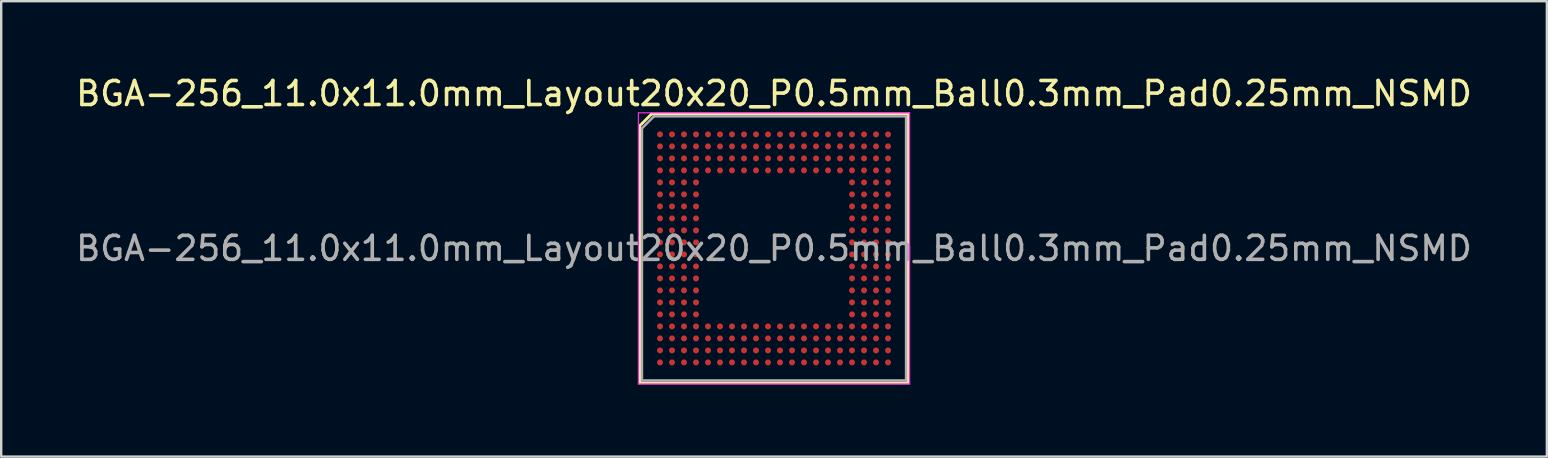
<source format=kicad_pcb>
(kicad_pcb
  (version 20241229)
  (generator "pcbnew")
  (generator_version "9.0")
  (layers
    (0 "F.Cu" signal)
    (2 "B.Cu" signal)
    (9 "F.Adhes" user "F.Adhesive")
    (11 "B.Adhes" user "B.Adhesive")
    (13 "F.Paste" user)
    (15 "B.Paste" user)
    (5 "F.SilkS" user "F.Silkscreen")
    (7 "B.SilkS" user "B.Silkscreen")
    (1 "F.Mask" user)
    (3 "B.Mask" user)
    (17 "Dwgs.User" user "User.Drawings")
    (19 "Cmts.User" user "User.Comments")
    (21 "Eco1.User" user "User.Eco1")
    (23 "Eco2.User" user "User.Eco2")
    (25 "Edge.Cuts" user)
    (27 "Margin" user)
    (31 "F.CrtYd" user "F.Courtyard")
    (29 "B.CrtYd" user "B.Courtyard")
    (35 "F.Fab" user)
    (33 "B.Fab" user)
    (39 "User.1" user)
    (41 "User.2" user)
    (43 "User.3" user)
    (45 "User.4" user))
  (footprint "BGA-256_11.0x11.0mm_Layout20x20_P0.5mm_Ball0.3mm_Pad0.25mm_NSMD"
    (layer "F.Cu")
    (at 29.196 7.298)
    (property "Reference" "BGA-256_11.0x11.0mm_Layout20x20_P0.5mm_Ball0.3mm_Pad0.25mm_NSMD" (at 0 -6.45 0) (layer "F.SilkS") (effects (font (size 1 1) (thickness 0.15))))
    (attr smd)
    (fp_line (start -5.6 -5.1) (end -5.6 5.6) (stroke (width 0.12) (type solid)) (layer "F.SilkS"))
    (fp_line (start -5.6 5.6) (end 5.6 5.6) (stroke (width 0.12) (type solid)) (layer "F.SilkS"))
    (fp_line (start -5.1 -5.6) (end -5.6 -5.1) (stroke (width 0.12) (type solid)) (layer "F.SilkS"))
    (fp_line (start 5.6 -5.6) (end -5.1 -5.6) (stroke (width 0.12) (type solid)) (layer "F.SilkS"))
    (fp_line (start 5.6 5.6) (end 5.6 -5.6) (stroke (width 0.12) (type solid)) (layer "F.SilkS"))
    (fp_line (start -5.65 -5.65) (end 5.65 -5.65) (stroke (width 0.05) (type solid)) (layer "F.CrtYd"))
    (fp_line (start -5.65 5.65) (end -5.65 -5.65) (stroke (width 0.05) (type solid)) (layer "F.CrtYd"))
    (fp_line (start 5.65 -5.65) (end 5.65 5.65) (stroke (width 0.05) (type solid)) (layer "F.CrtYd"))
    (fp_line (start 5.65 5.65) (end -5.65 5.65) (stroke (width 0.05) (type solid)) (layer "F.CrtYd"))
    (fp_line (start -5.5 -5) (end -5.5 5.5) (stroke (width 0.1) (type solid)) (layer "F.Fab"))
    (fp_line (start -5.5 5.5) (end 5.5 5.5) (stroke (width 0.1) (type solid)) (layer "F.Fab"))
    (fp_line (start -5 -5.5) (end -5.5 -5) (stroke (width 0.1) (type solid)) (layer "F.Fab"))
    (fp_line (start 5.5 -5.5) (end -5 -5.5) (stroke (width 0.1) (type solid)) (layer "F.Fab"))
    (fp_line (start 5.5 5.5) (end 5.5 -5.5) (stroke (width 0.1) (type solid)) (layer "F.Fab"))
    (fp_text user "${REFERENCE}" (at 0 0 0) (layer "F.Fab") (effects (font (size 1 1) (thickness 0.15))))
    (pad "A1" smd circle (at -4.75 -4.75) (size 0.25 0.25) (layers "F.Cu" "F.Mask" "F.Paste"))
    (pad "A2" smd circle (at -4.25 -4.75) (size 0.25 0.25) (layers "F.Cu" "F.Mask" "F.Paste"))
    (pad "A3" smd circle (at -3.75 -4.75) (size 0.25 0.25) (layers "F.Cu" "F.Mask" "F.Paste"))
    (pad "A4" smd circle (at -3.25 -4.75) (size 0.25 0.25) (layers "F.Cu" "F.Mask" "F.Paste"))
    (pad "A5" smd circle (at -2.75 -4.75) (size 0.25 0.25) (layers "F.Cu" "F.Mask" "F.Paste"))
    (pad "A6" smd circle (at -2.25 -4.75) (size 0.25 0.25) (layers "F.Cu" "F.Mask" "F.Paste"))
    (pad "A7" smd circle (at -1.75 -4.75) (size 0.25 0.25) (layers "F.Cu" "F.Mask" "F.Paste"))
    (pad "A8" smd circle (at -1.25 -4.75) (size 0.25 0.25) (layers "F.Cu" "F.Mask" "F.Paste"))
    (pad "A9" smd circle (at -0.75 -4.75) (size 0.25 0.25) (layers "F.Cu" "F.Mask" "F.Paste"))
    (pad "A10" smd circle (at -0.25 -4.75) (size 0.25 0.25) (layers "F.Cu" "F.Mask" "F.Paste"))
    (pad "A11" smd circle (at 0.25 -4.75) (size 0.25 0.25) (layers "F.Cu" "F.Mask" "F.Paste"))
    (pad "A12" smd circle (at 0.75 -4.75) (size 0.25 0.25) (layers "F.Cu" "F.Mask" "F.Paste"))
    (pad "A13" smd circle (at 1.25 -4.75) (size 0.25 0.25) (layers "F.Cu" "F.Mask" "F.Paste"))
    (pad "A14" smd circle (at 1.75 -4.75) (size 0.25 0.25) (layers "F.Cu" "F.Mask" "F.Paste"))
    (pad "A15" smd circle (at 2.25 -4.75) (size 0.25 0.25) (layers "F.Cu" "F.Mask" "F.Paste"))
    (pad "A16" smd circle (at 2.75 -4.75) (size 0.25 0.25) (layers "F.Cu" "F.Mask" "F.Paste"))
    (pad "A17" smd circle (at 3.25 -4.75) (size 0.25 0.25) (layers "F.Cu" "F.Mask" "F.Paste"))
    (pad "A18" smd circle (at 3.75 -4.75) (size 0.25 0.25) (layers "F.Cu" "F.Mask" "F.Paste"))
    (pad "A19" smd circle (at 4.25 -4.75) (size 0.25 0.25) (layers "F.Cu" "F.Mask" "F.Paste"))
    (pad "A20" smd circle (at 4.75 -4.75) (size 0.25 0.25) (layers "F.Cu" "F.Mask" "F.Paste"))
    (pad "B1" smd circle (at -4.75 -4.25) (size 0.25 0.25) (layers "F.Cu" "F.Mask" "F.Paste"))
    (pad "B2" smd circle (at -4.25 -4.25) (size 0.25 0.25) (layers "F.Cu" "F.Mask" "F.Paste"))
    (pad "B3" smd circle (at -3.75 -4.25) (size 0.25 0.25) (layers "F.Cu" "F.Mask" "F.Paste"))
    (pad "B4" smd circle (at -3.25 -4.25) (size 0.25 0.25) (layers "F.Cu" "F.Mask" "F.Paste"))
    (pad "B5" smd circle (at -2.75 -4.25) (size 0.25 0.25) (layers "F.Cu" "F.Mask" "F.Paste"))
    (pad "B6" smd circle (at -2.25 -4.25) (size 0.25 0.25) (layers "F.Cu" "F.Mask" "F.Paste"))
    (pad "B7" smd circle (at -1.75 -4.25) (size 0.25 0.25) (layers "F.Cu" "F.Mask" "F.Paste"))
    (pad "B8" smd circle (at -1.25 -4.25) (size 0.25 0.25) (layers "F.Cu" "F.Mask" "F.Paste"))
    (pad "B9" smd circle (at -0.75 -4.25) (size 0.25 0.25) (layers "F.Cu" "F.Mask" "F.Paste"))
    (pad "B10" smd circle (at -0.25 -4.25) (size 0.25 0.25) (layers "F.Cu" "F.Mask" "F.Paste"))
    (pad "B11" smd circle (at 0.25 -4.25) (size 0.25 0.25) (layers "F.Cu" "F.Mask" "F.Paste"))
    (pad "B12" smd circle (at 0.75 -4.25) (size 0.25 0.25) (layers "F.Cu" "F.Mask" "F.Paste"))
    (pad "B13" smd circle (at 1.25 -4.25) (size 0.25 0.25) (layers "F.Cu" "F.Mask" "F.Paste"))
    (pad "B14" smd circle (at 1.75 -4.25) (size 0.25 0.25) (layers "F.Cu" "F.Mask" "F.Paste"))
    (pad "B15" smd circle (at 2.25 -4.25) (size 0.25 0.25) (layers "F.Cu" "F.Mask" "F.Paste"))
    (pad "B16" smd circle (at 2.75 -4.25) (size 0.25 0.25) (layers "F.Cu" "F.Mask" "F.Paste"))
    (pad "B17" smd circle (at 3.25 -4.25) (size 0.25 0.25) (layers "F.Cu" "F.Mask" "F.Paste"))
    (pad "B18" smd circle (at 3.75 -4.25) (size 0.25 0.25) (layers "F.Cu" "F.Mask" "F.Paste"))
    (pad "B19" smd circle (at 4.25 -4.25) (size 0.25 0.25) (layers "F.Cu" "F.Mask" "F.Paste"))
    (pad "B20" smd circle (at 4.75 -4.25) (size 0.25 0.25) (layers "F.Cu" "F.Mask" "F.Paste"))
    (pad "C1" smd circle (at -4.75 -3.75) (size 0.25 0.25) (layers "F.Cu" "F.Mask" "F.Paste"))
    (pad "C2" smd circle (at -4.25 -3.75) (size 0.25 0.25) (layers "F.Cu" "F.Mask" "F.Paste"))
    (pad "C3" smd circle (at -3.75 -3.75) (size 0.25 0.25) (layers "F.Cu" "F.Mask" "F.Paste"))
    (pad "C4" smd circle (at -3.25 -3.75) (size 0.25 0.25) (layers "F.Cu" "F.Mask" "F.Paste"))
    (pad "C5" smd circle (at -2.75 -3.75) (size 0.25 0.25) (layers "F.Cu" "F.Mask" "F.Paste"))
    (pad "C6" smd circle (at -2.25 -3.75) (size 0.25 0.25) (layers "F.Cu" "F.Mask" "F.Paste"))
    (pad "C7" smd circle (at -1.75 -3.75) (size 0.25 0.25) (layers "F.Cu" "F.Mask" "F.Paste"))
    (pad "C8" smd circle (at -1.25 -3.75) (size 0.25 0.25) (layers "F.Cu" "F.Mask" "F.Paste"))
    (pad "C9" smd circle (at -0.75 -3.75) (size 0.25 0.25) (layers "F.Cu" "F.Mask" "F.Paste"))
    (pad "C10" smd circle (at -0.25 -3.75) (size 0.25 0.25) (layers "F.Cu" "F.Mask" "F.Paste"))
    (pad "C11" smd circle (at 0.25 -3.75) (size 0.25 0.25) (layers "F.Cu" "F.Mask" "F.Paste"))
    (pad "C12" smd circle (at 0.75 -3.75) (size 0.25 0.25) (layers "F.Cu" "F.Mask" "F.Paste"))
    (pad "C13" smd circle (at 1.25 -3.75) (size 0.25 0.25) (layers "F.Cu" "F.Mask" "F.Paste"))
    (pad "C14" smd circle (at 1.75 -3.75) (size 0.25 0.25) (layers "F.Cu" "F.Mask" "F.Paste"))
    (pad "C15" smd circle (at 2.25 -3.75) (size 0.25 0.25) (layers "F.Cu" "F.Mask" "F.Paste"))
    (pad "C16" smd circle (at 2.75 -3.75) (size 0.25 0.25) (layers "F.Cu" "F.Mask" "F.Paste"))
    (pad "C17" smd circle (at 3.25 -3.75) (size 0.25 0.25) (layers "F.Cu" "F.Mask" "F.Paste"))
    (pad "C18" smd circle (at 3.75 -3.75) (size 0.25 0.25) (layers "F.Cu" "F.Mask" "F.Paste"))
    (pad "C19" smd circle (at 4.25 -3.75) (size 0.25 0.25) (layers "F.Cu" "F.Mask" "F.Paste"))
    (pad "C20" smd circle (at 4.75 -3.75) (size 0.25 0.25) (layers "F.Cu" "F.Mask" "F.Paste"))
    (pad "D1" smd circle (at -4.75 -3.25) (size 0.25 0.25) (layers "F.Cu" "F.Mask" "F.Paste"))
    (pad "D2" smd circle (at -4.25 -3.25) (size 0.25 0.25) (layers "F.Cu" "F.Mask" "F.Paste"))
    (pad "D3" smd circle (at -3.75 -3.25) (size 0.25 0.25) (layers "F.Cu" "F.Mask" "F.Paste"))
    (pad "D4" smd circle (at -3.25 -3.25) (size 0.25 0.25) (layers "F.Cu" "F.Mask" "F.Paste"))
    (pad "D5" smd circle (at -2.75 -3.25) (size 0.25 0.25) (layers "F.Cu" "F.Mask" "F.Paste"))
    (pad "D6" smd circle (at -2.25 -3.25) (size 0.25 0.25) (layers "F.Cu" "F.Mask" "F.Paste"))
    (pad "D7" smd circle (at -1.75 -3.25) (size 0.25 0.25) (layers "F.Cu" "F.Mask" "F.Paste"))
    (pad "D8" smd circle (at -1.25 -3.25) (size 0.25 0.25) (layers "F.Cu" "F.Mask" "F.Paste"))
    (pad "D9" smd circle (at -0.75 -3.25) (size 0.25 0.25) (layers "F.Cu" "F.Mask" "F.Paste"))
    (pad "D10" smd circle (at -0.25 -3.25) (size 0.25 0.25) (layers "F.Cu" "F.Mask" "F.Paste"))
    (pad "D11" smd circle (at 0.25 -3.25) (size 0.25 0.25) (layers "F.Cu" "F.Mask" "F.Paste"))
    (pad "D12" smd circle (at 0.75 -3.25) (size 0.25 0.25) (layers "F.Cu" "F.Mask" "F.Paste"))
    (pad "D13" smd circle (at 1.25 -3.25) (size 0.25 0.25) (layers "F.Cu" "F.Mask" "F.Paste"))
    (pad "D14" smd circle (at 1.75 -3.25) (size 0.25 0.25) (layers "F.Cu" "F.Mask" "F.Paste"))
    (pad "D15" smd circle (at 2.25 -3.25) (size 0.25 0.25) (layers "F.Cu" "F.Mask" "F.Paste"))
    (pad "D16" smd circle (at 2.75 -3.25) (size 0.25 0.25) (layers "F.Cu" "F.Mask" "F.Paste"))
    (pad "D17" smd circle (at 3.25 -3.25) (size 0.25 0.25) (layers "F.Cu" "F.Mask" "F.Paste"))
    (pad "D18" smd circle (at 3.75 -3.25) (size 0.25 0.25) (layers "F.Cu" "F.Mask" "F.Paste"))
    (pad "D19" smd circle (at 4.25 -3.25) (size 0.25 0.25) (layers "F.Cu" "F.Mask" "F.Paste"))
    (pad "D20" smd circle (at 4.75 -3.25) (size 0.25 0.25) (layers "F.Cu" "F.Mask" "F.Paste"))
    (pad "E1" smd circle (at -4.75 -2.75) (size 0.25 0.25) (layers "F.Cu" "F.Mask" "F.Paste"))
    (pad "E2" smd circle (at -4.25 -2.75) (size 0.25 0.25) (layers "F.Cu" "F.Mask" "F.Paste"))
    (pad "E3" smd circle (at -3.75 -2.75) (size 0.25 0.25) (layers "F.Cu" "F.Mask" "F.Paste"))
    (pad "E4" smd circle (at -3.25 -2.75) (size 0.25 0.25) (layers "F.Cu" "F.Mask" "F.Paste"))
    (pad "E17" smd circle (at 3.25 -2.75) (size 0.25 0.25) (layers "F.Cu" "F.Mask" "F.Paste"))
    (pad "E18" smd circle (at 3.75 -2.75) (size 0.25 0.25) (layers "F.Cu" "F.Mask" "F.Paste"))
    (pad "E19" smd circle (at 4.25 -2.75) (size 0.25 0.25) (layers "F.Cu" "F.Mask" "F.Paste"))
    (pad "E20" smd circle (at 4.75 -2.75) (size 0.25 0.25) (layers "F.Cu" "F.Mask" "F.Paste"))
    (pad "F1" smd circle (at -4.75 -2.25) (size 0.25 0.25) (layers "F.Cu" "F.Mask" "F.Paste"))
    (pad "F2" smd circle (at -4.25 -2.25) (size 0.25 0.25) (layers "F.Cu" "F.Mask" "F.Paste"))
    (pad "F3" smd circle (at -3.75 -2.25) (size 0.25 0.25) (layers "F.Cu" "F.Mask" "F.Paste"))
    (pad "F4" smd circle (at -3.25 -2.25) (size 0.25 0.25) (layers "F.Cu" "F.Mask" "F.Paste"))
    (pad "F17" smd circle (at 3.25 -2.25) (size 0.25 0.25) (layers "F.Cu" "F.Mask" "F.Paste"))
    (pad "F18" smd circle (at 3.75 -2.25) (size 0.25 0.25) (layers "F.Cu" "F.Mask" "F.Paste"))
    (pad "F19" smd circle (at 4.25 -2.25) (size 0.25 0.25) (layers "F.Cu" "F.Mask" "F.Paste"))
    (pad "F20" smd circle (at 4.75 -2.25) (size 0.25 0.25) (layers "F.Cu" "F.Mask" "F.Paste"))
    (pad "G1" smd circle (at -4.75 -1.75) (size 0.25 0.25) (layers "F.Cu" "F.Mask" "F.Paste"))
    (pad "G2" smd circle (at -4.25 -1.75) (size 0.25 0.25) (layers "F.Cu" "F.Mask" "F.Paste"))
    (pad "G3" smd circle (at -3.75 -1.75) (size 0.25 0.25) (layers "F.Cu" "F.Mask" "F.Paste"))
    (pad "G4" smd circle (at -3.25 -1.75) (size 0.25 0.25) (layers "F.Cu" "F.Mask" "F.Paste"))
    (pad "G17" smd circle (at 3.25 -1.75) (size 0.25 0.25) (layers "F.Cu" "F.Mask" "F.Paste"))
    (pad "G18" smd circle (at 3.75 -1.75) (size 0.25 0.25) (layers "F.Cu" "F.Mask" "F.Paste"))
    (pad "G19" smd circle (at 4.25 -1.75) (size 0.25 0.25) (layers "F.Cu" "F.Mask" "F.Paste"))
    (pad "G20" smd circle (at 4.75 -1.75) (size 0.25 0.25) (layers "F.Cu" "F.Mask" "F.Paste"))
    (pad "H1" smd circle (at -4.75 -1.25) (size 0.25 0.25) (layers "F.Cu" "F.Mask" "F.Paste"))
    (pad "H2" smd circle (at -4.25 -1.25) (size 0.25 0.25) (layers "F.Cu" "F.Mask" "F.Paste"))
    (pad "H3" smd circle (at -3.75 -1.25) (size 0.25 0.25) (layers "F.Cu" "F.Mask" "F.Paste"))
    (pad "H4" smd circle (at -3.25 -1.25) (size 0.25 0.25) (layers "F.Cu" "F.Mask" "F.Paste"))
    (pad "H17" smd circle (at 3.25 -1.25) (size 0.25 0.25) (layers "F.Cu" "F.Mask" "F.Paste"))
    (pad "H18" smd circle (at 3.75 -1.25) (size 0.25 0.25) (layers "F.Cu" "F.Mask" "F.Paste"))
    (pad "H19" smd circle (at 4.25 -1.25) (size 0.25 0.25) (layers "F.Cu" "F.Mask" "F.Paste"))
    (pad "H20" smd circle (at 4.75 -1.25) (size 0.25 0.25) (layers "F.Cu" "F.Mask" "F.Paste"))
    (pad "J1" smd circle (at -4.75 -0.75) (size 0.25 0.25) (layers "F.Cu" "F.Mask" "F.Paste"))
    (pad "J2" smd circle (at -4.25 -0.75) (size 0.25 0.25) (layers "F.Cu" "F.Mask" "F.Paste"))
    (pad "J3" smd circle (at -3.75 -0.75) (size 0.25 0.25) (layers "F.Cu" "F.Mask" "F.Paste"))
    (pad "J4" smd circle (at -3.25 -0.75) (size 0.25 0.25) (layers "F.Cu" "F.Mask" "F.Paste"))
    (pad "J17" smd circle (at 3.25 -0.75) (size 0.25 0.25) (layers "F.Cu" "F.Mask" "F.Paste"))
    (pad "J18" smd circle (at 3.75 -0.75) (size 0.25 0.25) (layers "F.Cu" "F.Mask" "F.Paste"))
    (pad "J19" smd circle (at 4.25 -0.75) (size 0.25 0.25) (layers "F.Cu" "F.Mask" "F.Paste"))
    (pad "J20" smd circle (at 4.75 -0.75) (size 0.25 0.25) (layers "F.Cu" "F.Mask" "F.Paste"))
    (pad "K1" smd circle (at -4.75 -0.25) (size 0.25 0.25) (layers "F.Cu" "F.Mask" "F.Paste"))
    (pad "K2" smd circle (at -4.25 -0.25) (size 0.25 0.25) (layers "F.Cu" "F.Mask" "F.Paste"))
    (pad "K3" smd circle (at -3.75 -0.25) (size 0.25 0.25) (layers "F.Cu" "F.Mask" "F.Paste"))
    (pad "K4" smd circle (at -3.25 -0.25) (size 0.25 0.25) (layers "F.Cu" "F.Mask" "F.Paste"))
    (pad "K17" smd circle (at 3.25 -0.25) (size 0.25 0.25) (layers "F.Cu" "F.Mask" "F.Paste"))
    (pad "K18" smd circle (at 3.75 -0.25) (size 0.25 0.25) (layers "F.Cu" "F.Mask" "F.Paste"))
    (pad "K19" smd circle (at 4.25 -0.25) (size 0.25 0.25) (layers "F.Cu" "F.Mask" "F.Paste"))
    (pad "K20" smd circle (at 4.75 -0.25) (size 0.25 0.25) (layers "F.Cu" "F.Mask" "F.Paste"))
    (pad "L1" smd circle (at -4.75 0.25) (size 0.25 0.25) (layers "F.Cu" "F.Mask" "F.Paste"))
    (pad "L2" smd circle (at -4.25 0.25) (size 0.25 0.25) (layers "F.Cu" "F.Mask" "F.Paste"))
    (pad "L3" smd circle (at -3.75 0.25) (size 0.25 0.25) (layers "F.Cu" "F.Mask" "F.Paste"))
    (pad "L4" smd circle (at -3.25 0.25) (size 0.25 0.25) (layers "F.Cu" "F.Mask" "F.Paste"))
    (pad "L17" smd circle (at 3.25 0.25) (size 0.25 0.25) (layers "F.Cu" "F.Mask" "F.Paste"))
    (pad "L18" smd circle (at 3.75 0.25) (size 0.25 0.25) (layers "F.Cu" "F.Mask" "F.Paste"))
    (pad "L19" smd circle (at 4.25 0.25) (size 0.25 0.25) (layers "F.Cu" "F.Mask" "F.Paste"))
    (pad "L20" smd circle (at 4.75 0.25) (size 0.25 0.25) (layers "F.Cu" "F.Mask" "F.Paste"))
    (pad "M1" smd circle (at -4.75 0.75) (size 0.25 0.25) (layers "F.Cu" "F.Mask" "F.Paste"))
    (pad "M2" smd circle (at -4.25 0.75) (size 0.25 0.25) (layers "F.Cu" "F.Mask" "F.Paste"))
    (pad "M3" smd circle (at -3.75 0.75) (size 0.25 0.25) (layers "F.Cu" "F.Mask" "F.Paste"))
    (pad "M4" smd circle (at -3.25 0.75) (size 0.25 0.25) (layers "F.Cu" "F.Mask" "F.Paste"))
    (pad "M17" smd circle (at 3.25 0.75) (size 0.25 0.25) (layers "F.Cu" "F.Mask" "F.Paste"))
    (pad "M18" smd circle (at 3.75 0.75) (size 0.25 0.25) (layers "F.Cu" "F.Mask" "F.Paste"))
    (pad "M19" smd circle (at 4.25 0.75) (size 0.25 0.25) (layers "F.Cu" "F.Mask" "F.Paste"))
    (pad "M20" smd circle (at 4.75 0.75) (size 0.25 0.25) (layers "F.Cu" "F.Mask" "F.Paste"))
    (pad "N1" smd circle (at -4.75 1.25) (size 0.25 0.25) (layers "F.Cu" "F.Mask" "F.Paste"))
    (pad "N2" smd circle (at -4.25 1.25) (size 0.25 0.25) (layers "F.Cu" "F.Mask" "F.Paste"))
    (pad "N3" smd circle (at -3.75 1.25) (size 0.25 0.25) (layers "F.Cu" "F.Mask" "F.Paste"))
    (pad "N4" smd circle (at -3.25 1.25) (size 0.25 0.25) (layers "F.Cu" "F.Mask" "F.Paste"))
    (pad "N17" smd circle (at 3.25 1.25) (size 0.25 0.25) (layers "F.Cu" "F.Mask" "F.Paste"))
    (pad "N18" smd circle (at 3.75 1.25) (size 0.25 0.25) (layers "F.Cu" "F.Mask" "F.Paste"))
    (pad "N19" smd circle (at 4.25 1.25) (size 0.25 0.25) (layers "F.Cu" "F.Mask" "F.Paste"))
    (pad "N20" smd circle (at 4.75 1.25) (size 0.25 0.25) (layers "F.Cu" "F.Mask" "F.Paste"))
    (pad "P1" smd circle (at -4.75 1.75) (size 0.25 0.25) (layers "F.Cu" "F.Mask" "F.Paste"))
    (pad "P2" smd circle (at -4.25 1.75) (size 0.25 0.25) (layers "F.Cu" "F.Mask" "F.Paste"))
    (pad "P3" smd circle (at -3.75 1.75) (size 0.25 0.25) (layers "F.Cu" "F.Mask" "F.Paste"))
    (pad "P4" smd circle (at -3.25 1.75) (size 0.25 0.25) (layers "F.Cu" "F.Mask" "F.Paste"))
    (pad "P17" smd circle (at 3.25 1.75) (size 0.25 0.25) (layers "F.Cu" "F.Mask" "F.Paste"))
    (pad "P18" smd circle (at 3.75 1.75) (size 0.25 0.25) (layers "F.Cu" "F.Mask" "F.Paste"))
    (pad "P19" smd circle (at 4.25 1.75) (size 0.25 0.25) (layers "F.Cu" "F.Mask" "F.Paste"))
    (pad "P20" smd circle (at 4.75 1.75) (size 0.25 0.25) (layers "F.Cu" "F.Mask" "F.Paste"))
    (pad "R1" smd circle (at -4.75 2.25) (size 0.25 0.25) (layers "F.Cu" "F.Mask" "F.Paste"))
    (pad "R2" smd circle (at -4.25 2.25) (size 0.25 0.25) (layers "F.Cu" "F.Mask" "F.Paste"))
    (pad "R3" smd circle (at -3.75 2.25) (size 0.25 0.25) (layers "F.Cu" "F.Mask" "F.Paste"))
    (pad "R4" smd circle (at -3.25 2.25) (size 0.25 0.25) (layers "F.Cu" "F.Mask" "F.Paste"))
    (pad "R17" smd circle (at 3.25 2.25) (size 0.25 0.25) (layers "F.Cu" "F.Mask" "F.Paste"))
    (pad "R18" smd circle (at 3.75 2.25) (size 0.25 0.25) (layers "F.Cu" "F.Mask" "F.Paste"))
    (pad "R19" smd circle (at 4.25 2.25) (size 0.25 0.25) (layers "F.Cu" "F.Mask" "F.Paste"))
    (pad "R20" smd circle (at 4.75 2.25) (size 0.25 0.25) (layers "F.Cu" "F.Mask" "F.Paste"))
    (pad "T1" smd circle (at -4.75 2.75) (size 0.25 0.25) (layers "F.Cu" "F.Mask" "F.Paste"))
    (pad "T2" smd circle (at -4.25 2.75) (size 0.25 0.25) (layers "F.Cu" "F.Mask" "F.Paste"))
    (pad "T3" smd circle (at -3.75 2.75) (size 0.25 0.25) (layers "F.Cu" "F.Mask" "F.Paste"))
    (pad "T4" smd circle (at -3.25 2.75) (size 0.25 0.25) (layers "F.Cu" "F.Mask" "F.Paste"))
    (pad "T17" smd circle (at 3.25 2.75) (size 0.25 0.25) (layers "F.Cu" "F.Mask" "F.Paste"))
    (pad "T18" smd circle (at 3.75 2.75) (size 0.25 0.25) (layers "F.Cu" "F.Mask" "F.Paste"))
    (pad "T19" smd circle (at 4.25 2.75) (size 0.25 0.25) (layers "F.Cu" "F.Mask" "F.Paste"))
    (pad "T20" smd circle (at 4.75 2.75) (size 0.25 0.25) (layers "F.Cu" "F.Mask" "F.Paste"))
    (pad "U1" smd circle (at -4.75 3.25) (size 0.25 0.25) (layers "F.Cu" "F.Mask" "F.Paste"))
    (pad "U2" smd circle (at -4.25 3.25) (size 0.25 0.25) (layers "F.Cu" "F.Mask" "F.Paste"))
    (pad "U3" smd circle (at -3.75 3.25) (size 0.25 0.25) (layers "F.Cu" "F.Mask" "F.Paste"))
    (pad "U4" smd circle (at -3.25 3.25) (size 0.25 0.25) (layers "F.Cu" "F.Mask" "F.Paste"))
    (pad "U5" smd circle (at -2.75 3.25) (size 0.25 0.25) (layers "F.Cu" "F.Mask" "F.Paste"))
    (pad "U6" smd circle (at -2.25 3.25) (size 0.25 0.25) (layers "F.Cu" "F.Mask" "F.Paste"))
    (pad "U7" smd circle (at -1.75 3.25) (size 0.25 0.25) (layers "F.Cu" "F.Mask" "F.Paste"))
    (pad "U8" smd circle (at -1.25 3.25) (size 0.25 0.25) (layers "F.Cu" "F.Mask" "F.Paste"))
    (pad "U9" smd circle (at -0.75 3.25) (size 0.25 0.25) (layers "F.Cu" "F.Mask" "F.Paste"))
    (pad "U10" smd circle (at -0.25 3.25) (size 0.25 0.25) (layers "F.Cu" "F.Mask" "F.Paste"))
    (pad "U11" smd circle (at 0.25 3.25) (size 0.25 0.25) (layers "F.Cu" "F.Mask" "F.Paste"))
    (pad "U12" smd circle (at 0.75 3.25) (size 0.25 0.25) (layers "F.Cu" "F.Mask" "F.Paste"))
    (pad "U13" smd circle (at 1.25 3.25) (size 0.25 0.25) (layers "F.Cu" "F.Mask" "F.Paste"))
    (pad "U14" smd circle (at 1.75 3.25) (size 0.25 0.25) (layers "F.Cu" "F.Mask" "F.Paste"))
    (pad "U15" smd circle (at 2.25 3.25) (size 0.25 0.25) (layers "F.Cu" "F.Mask" "F.Paste"))
    (pad "U16" smd circle (at 2.75 3.25) (size 0.25 0.25) (layers "F.Cu" "F.Mask" "F.Paste"))
    (pad "U17" smd circle (at 3.25 3.25) (size 0.25 0.25) (layers "F.Cu" "F.Mask" "F.Paste"))
    (pad "U18" smd circle (at 3.75 3.25) (size 0.25 0.25) (layers "F.Cu" "F.Mask" "F.Paste"))
    (pad "U19" smd circle (at 4.25 3.25) (size 0.25 0.25) (layers "F.Cu" "F.Mask" "F.Paste"))
    (pad "U20" smd circle (at 4.75 3.25) (size 0.25 0.25) (layers "F.Cu" "F.Mask" "F.Paste"))
    (pad "V1" smd circle (at -4.75 3.75) (size 0.25 0.25) (layers "F.Cu" "F.Mask" "F.Paste"))
    (pad "V2" smd circle (at -4.25 3.75) (size 0.25 0.25) (layers "F.Cu" "F.Mask" "F.Paste"))
    (pad "V3" smd circle (at -3.75 3.75) (size 0.25 0.25) (layers "F.Cu" "F.Mask" "F.Paste"))
    (pad "V4" smd circle (at -3.25 3.75) (size 0.25 0.25) (layers "F.Cu" "F.Mask" "F.Paste"))
    (pad "V5" smd circle (at -2.75 3.75) (size 0.25 0.25) (layers "F.Cu" "F.Mask" "F.Paste"))
    (pad "V6" smd circle (at -2.25 3.75) (size 0.25 0.25) (layers "F.Cu" "F.Mask" "F.Paste"))
    (pad "V7" smd circle (at -1.75 3.75) (size 0.25 0.25) (layers "F.Cu" "F.Mask" "F.Paste"))
    (pad "V8" smd circle (at -1.25 3.75) (size 0.25 0.25) (layers "F.Cu" "F.Mask" "F.Paste"))
    (pad "V9" smd circle (at -0.75 3.75) (size 0.25 0.25) (layers "F.Cu" "F.Mask" "F.Paste"))
    (pad "V10" smd circle (at -0.25 3.75) (size 0.25 0.25) (layers "F.Cu" "F.Mask" "F.Paste"))
    (pad "V11" smd circle (at 0.25 3.75) (size 0.25 0.25) (layers "F.Cu" "F.Mask" "F.Paste"))
    (pad "V12" smd circle (at 0.75 3.75) (size 0.25 0.25) (layers "F.Cu" "F.Mask" "F.Paste"))
    (pad "V13" smd circle (at 1.25 3.75) (size 0.25 0.25) (layers "F.Cu" "F.Mask" "F.Paste"))
    (pad "V14" smd circle (at 1.75 3.75) (size 0.25 0.25) (layers "F.Cu" "F.Mask" "F.Paste"))
    (pad "V15" smd circle (at 2.25 3.75) (size 0.25 0.25) (layers "F.Cu" "F.Mask" "F.Paste"))
    (pad "V16" smd circle (at 2.75 3.75) (size 0.25 0.25) (layers "F.Cu" "F.Mask" "F.Paste"))
    (pad "V17" smd circle (at 3.25 3.75) (size 0.25 0.25) (layers "F.Cu" "F.Mask" "F.Paste"))
    (pad "V18" smd circle (at 3.75 3.75) (size 0.25 0.25) (layers "F.Cu" "F.Mask" "F.Paste"))
    (pad "V19" smd circle (at 4.25 3.75) (size 0.25 0.25) (layers "F.Cu" "F.Mask" "F.Paste"))
    (pad "V20" smd circle (at 4.75 3.75) (size 0.25 0.25) (layers "F.Cu" "F.Mask" "F.Paste"))
    (pad "W1" smd circle (at -4.75 4.25) (size 0.25 0.25) (layers "F.Cu" "F.Mask" "F.Paste"))
    (pad "W2" smd circle (at -4.25 4.25) (size 0.25 0.25) (layers "F.Cu" "F.Mask" "F.Paste"))
    (pad "W3" smd circle (at -3.75 4.25) (size 0.25 0.25) (layers "F.Cu" "F.Mask" "F.Paste"))
    (pad "W4" smd circle (at -3.25 4.25) (size 0.25 0.25) (layers "F.Cu" "F.Mask" "F.Paste"))
    (pad "W5" smd circle (at -2.75 4.25) (size 0.25 0.25) (layers "F.Cu" "F.Mask" "F.Paste"))
    (pad "W6" smd circle (at -2.25 4.25) (size 0.25 0.25) (layers "F.Cu" "F.Mask" "F.Paste"))
    (pad "W7" smd circle (at -1.75 4.25) (size 0.25 0.25) (layers "F.Cu" "F.Mask" "F.Paste"))
    (pad "W8" smd circle (at -1.25 4.25) (size 0.25 0.25) (layers "F.Cu" "F.Mask" "F.Paste"))
    (pad "W9" smd circle (at -0.75 4.25) (size 0.25 0.25) (layers "F.Cu" "F.Mask" "F.Paste"))
    (pad "W10" smd circle (at -0.25 4.25) (size 0.25 0.25) (layers "F.Cu" "F.Mask" "F.Paste"))
    (pad "W11" smd circle (at 0.25 4.25) (size 0.25 0.25) (layers "F.Cu" "F.Mask" "F.Paste"))
    (pad "W12" smd circle (at 0.75 4.25) (size 0.25 0.25) (layers "F.Cu" "F.Mask" "F.Paste"))
    (pad "W13" smd circle (at 1.25 4.25) (size 0.25 0.25) (layers "F.Cu" "F.Mask" "F.Paste"))
    (pad "W14" smd circle (at 1.75 4.25) (size 0.25 0.25) (layers "F.Cu" "F.Mask" "F.Paste"))
    (pad "W15" smd circle (at 2.25 4.25) (size 0.25 0.25) (layers "F.Cu" "F.Mask" "F.Paste"))
    (pad "W16" smd circle (at 2.75 4.25) (size 0.25 0.25) (layers "F.Cu" "F.Mask" "F.Paste"))
    (pad "W17" smd circle (at 3.25 4.25) (size 0.25 0.25) (layers "F.Cu" "F.Mask" "F.Paste"))
    (pad "W18" smd circle (at 3.75 4.25) (size 0.25 0.25) (layers "F.Cu" "F.Mask" "F.Paste"))
    (pad "W19" smd circle (at 4.25 4.25) (size 0.25 0.25) (layers "F.Cu" "F.Mask" "F.Paste"))
    (pad "W20" smd circle (at 4.75 4.25) (size 0.25 0.25) (layers "F.Cu" "F.Mask" "F.Paste"))
    (pad "Y1" smd circle (at -4.75 4.75) (size 0.25 0.25) (layers "F.Cu" "F.Mask" "F.Paste"))
    (pad "Y2" smd circle (at -4.25 4.75) (size 0.25 0.25) (layers "F.Cu" "F.Mask" "F.Paste"))
    (pad "Y3" smd circle (at -3.75 4.75) (size 0.25 0.25) (layers "F.Cu" "F.Mask" "F.Paste"))
    (pad "Y4" smd circle (at -3.25 4.75) (size 0.25 0.25) (layers "F.Cu" "F.Mask" "F.Paste"))
    (pad "Y5" smd circle (at -2.75 4.75) (size 0.25 0.25) (layers "F.Cu" "F.Mask" "F.Paste"))
    (pad "Y6" smd circle (at -2.25 4.75) (size 0.25 0.25) (layers "F.Cu" "F.Mask" "F.Paste"))
    (pad "Y7" smd circle (at -1.75 4.75) (size 0.25 0.25) (layers "F.Cu" "F.Mask" "F.Paste"))
    (pad "Y8" smd circle (at -1.25 4.75) (size 0.25 0.25) (layers "F.Cu" "F.Mask" "F.Paste"))
    (pad "Y9" smd circle (at -0.75 4.75) (size 0.25 0.25) (layers "F.Cu" "F.Mask" "F.Paste"))
    (pad "Y10" smd circle (at -0.25 4.75) (size 0.25 0.25) (layers "F.Cu" "F.Mask" "F.Paste"))
    (pad "Y11" smd circle (at 0.25 4.75) (size 0.25 0.25) (layers "F.Cu" "F.Mask" "F.Paste"))
    (pad "Y12" smd circle (at 0.75 4.75) (size 0.25 0.25) (layers "F.Cu" "F.Mask" "F.Paste"))
    (pad "Y13" smd circle (at 1.25 4.75) (size 0.25 0.25) (layers "F.Cu" "F.Mask" "F.Paste"))
    (pad "Y14" smd circle (at 1.75 4.75) (size 0.25 0.25) (layers "F.Cu" "F.Mask" "F.Paste"))
    (pad "Y15" smd circle (at 2.25 4.75) (size 0.25 0.25) (layers "F.Cu" "F.Mask" "F.Paste"))
    (pad "Y16" smd circle (at 2.75 4.75) (size 0.25 0.25) (layers "F.Cu" "F.Mask" "F.Paste"))
    (pad "Y17" smd circle (at 3.25 4.75) (size 0.25 0.25) (layers "F.Cu" "F.Mask" "F.Paste"))
    (pad "Y18" smd circle (at 3.75 4.75) (size 0.25 0.25) (layers "F.Cu" "F.Mask" "F.Paste"))
    (pad "Y19" smd circle (at 4.25 4.75) (size 0.25 0.25) (layers "F.Cu" "F.Mask" "F.Paste"))
    (pad "Y20" smd circle (at 4.75 4.75) (size 0.25 0.25) (layers "F.Cu" "F.Mask" "F.Paste")))
  (gr_rect
    (start -3 -3)
    (end 61.393 15.973)
    (stroke (width 0.1) (type default))
    (fill no)
    (layer "Edge.Cuts")))
</source>
